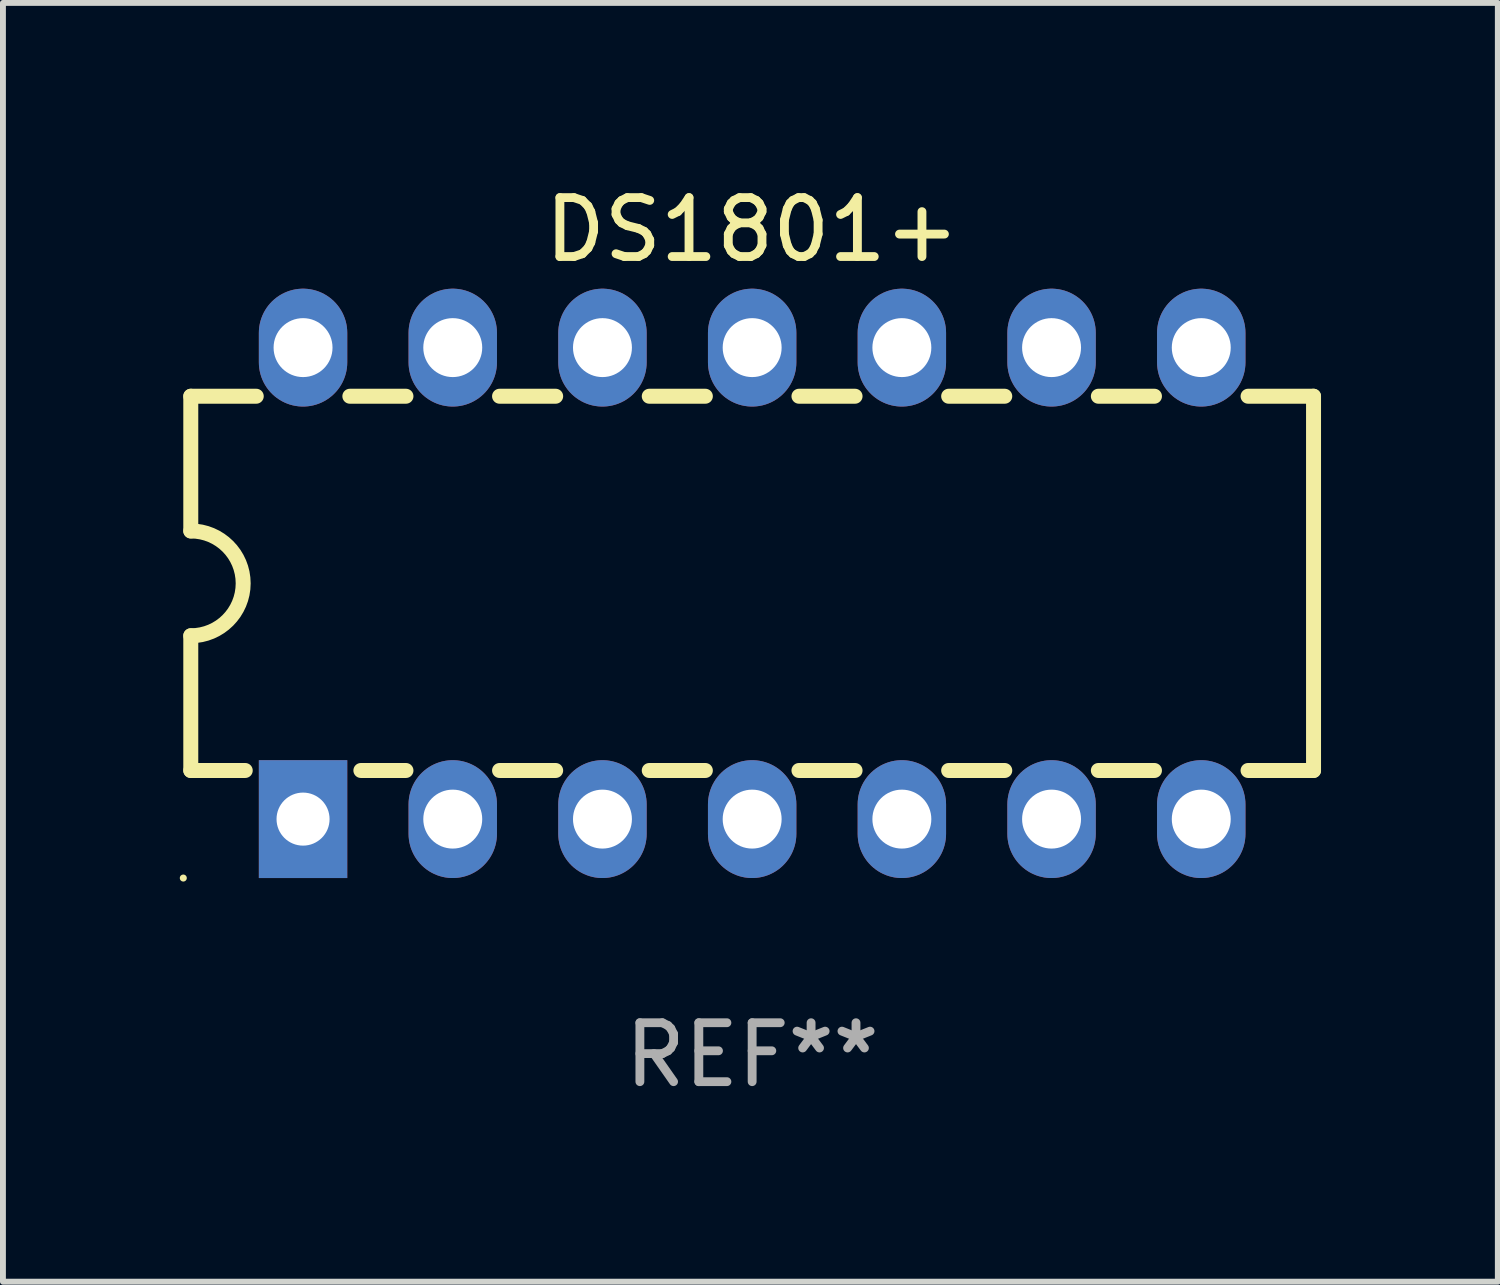
<source format=kicad_pcb>
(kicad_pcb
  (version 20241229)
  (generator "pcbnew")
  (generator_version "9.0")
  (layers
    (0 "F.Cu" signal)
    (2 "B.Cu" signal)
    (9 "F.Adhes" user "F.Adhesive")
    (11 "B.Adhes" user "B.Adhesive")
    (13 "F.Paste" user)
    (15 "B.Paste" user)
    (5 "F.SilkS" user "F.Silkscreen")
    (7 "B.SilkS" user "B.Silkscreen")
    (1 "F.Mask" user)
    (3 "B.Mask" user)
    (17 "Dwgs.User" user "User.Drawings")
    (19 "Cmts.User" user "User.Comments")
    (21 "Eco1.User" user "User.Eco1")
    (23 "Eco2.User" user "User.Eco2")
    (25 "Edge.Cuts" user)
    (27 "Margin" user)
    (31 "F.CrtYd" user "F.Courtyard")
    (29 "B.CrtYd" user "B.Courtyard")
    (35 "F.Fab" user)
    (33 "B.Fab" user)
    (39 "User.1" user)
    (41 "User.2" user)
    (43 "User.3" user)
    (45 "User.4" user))
  (footprint "DS1801+"
    (layer "F.Cu")
    (at 9.712 6.848)
    (property "Reference" "DS1801+" (at 0 -6 0) (layer "F.SilkS") (effects (font (size 1 1) (thickness 0.15))))
    (attr through_hole)
    (fp_line (start -9.525 -3.175) (end -9.525 -0.889) (stroke (width 0.254) (type solid)) (layer "F.SilkS"))
    (fp_line (start -9.525 -3.175) (end -8.414 -3.175) (stroke (width 0.254) (type solid)) (layer "F.SilkS"))
    (fp_line (start -9.525 3.175) (end -9.525 0.889) (stroke (width 0.254) (type solid)) (layer "F.SilkS"))
    (fp_line (start -8.601 3.175) (end -9.525 3.175) (stroke (width 0.254) (type solid)) (layer "F.SilkS"))
    (fp_line (start -6.826 -3.175) (end -5.874 -3.175) (stroke (width 0.254) (type solid)) (layer "F.SilkS"))
    (fp_line (start -5.874 3.175) (end -6.639 3.175) (stroke (width 0.254) (type solid)) (layer "F.SilkS"))
    (fp_line (start -4.286 -3.175) (end -3.334 -3.175) (stroke (width 0.254) (type solid)) (layer "F.SilkS"))
    (fp_line (start -3.334 3.175) (end -4.286 3.175) (stroke (width 0.254) (type solid)) (layer "F.SilkS"))
    (fp_line (start -1.746 -3.175) (end -0.794 -3.175) (stroke (width 0.254) (type solid)) (layer "F.SilkS"))
    (fp_line (start -0.794 3.175) (end -1.746 3.175) (stroke (width 0.254) (type solid)) (layer "F.SilkS"))
    (fp_line (start 0.794 -3.175) (end 1.746 -3.175) (stroke (width 0.254) (type solid)) (layer "F.SilkS"))
    (fp_line (start 1.746 3.175) (end 0.794 3.175) (stroke (width 0.254) (type solid)) (layer "F.SilkS"))
    (fp_line (start 3.334 -3.175) (end 4.286 -3.175) (stroke (width 0.254) (type solid)) (layer "F.SilkS"))
    (fp_line (start 4.286 3.175) (end 3.334 3.175) (stroke (width 0.254) (type solid)) (layer "F.SilkS"))
    (fp_line (start 5.874 -3.175) (end 6.826 -3.175) (stroke (width 0.254) (type solid)) (layer "F.SilkS"))
    (fp_line (start 6.826 3.175) (end 5.874 3.175) (stroke (width 0.254) (type solid)) (layer "F.SilkS"))
    (fp_line (start 8.414 -3.175) (end 9.525 -3.175) (stroke (width 0.254) (type solid)) (layer "F.SilkS"))
    (fp_line (start 9.525 -3.175) (end 9.525 3.175) (stroke (width 0.254) (type solid)) (layer "F.SilkS"))
    (fp_line (start 9.525 3.175) (end 8.414 3.175) (stroke (width 0.254) (type solid)) (layer "F.SilkS"))
    (fp_arc (start -9.525019 -0.889002) (mid -8.636017 0) (end -9.525019 0.889002) (stroke (width 0.254001) (type solid)) (layer "F.SilkS"))
    (fp_circle (center -9.652 5) (end -9.622 5) (stroke (width 0.06) (type solid)) (fill no) (layer "F.SilkS"))
    (fp_text user "REF**" (at 0 8 0) (layer "F.Fab") (effects (font (size 1 1) (thickness 0.15))))
    (pad "1" thru_hole rect (at -7.62 4 90) (size 2 1.5) (drill 0.9) (layers "*.Cu" "*.Mask"))
    (pad "2" thru_hole oval (at -5.08 4 90) (size 2 1.5) (drill 1) (layers "*.Cu" "*.Mask"))
    (pad "3" thru_hole oval (at -2.54 4 90) (size 2 1.5) (drill 1) (layers "*.Cu" "*.Mask"))
    (pad "4" thru_hole oval (at 0 4 90) (size 2 1.5) (drill 1) (layers "*.Cu" "*.Mask"))
    (pad "5" thru_hole oval (at 2.54 4 90) (size 2 1.5) (drill 1) (layers "*.Cu" "*.Mask"))
    (pad "6" thru_hole oval (at 5.08 4 90) (size 2 1.5) (drill 1) (layers "*.Cu" "*.Mask"))
    (pad "7" thru_hole oval (at 7.62 4 90) (size 2 1.5) (drill 1) (layers "*.Cu" "*.Mask"))
    (pad "8" thru_hole oval (at 7.62 -4 90) (size 2 1.5) (drill 1) (layers "*.Cu" "*.Mask"))
    (pad "9" thru_hole oval (at 5.08 -4 90) (size 2 1.5) (drill 1) (layers "*.Cu" "*.Mask"))
    (pad "10" thru_hole oval (at 2.54 -4 90) (size 2 1.5) (drill 1) (layers "*.Cu" "*.Mask"))
    (pad "11" thru_hole oval (at 0 -4 90) (size 2 1.5) (drill 1) (layers "*.Cu" "*.Mask"))
    (pad "12" thru_hole oval (at -2.54 -4 90) (size 2 1.5) (drill 1) (layers "*.Cu" "*.Mask"))
    (pad "13" thru_hole oval (at -5.08 -4 90) (size 2 1.5) (drill 1) (layers "*.Cu" "*.Mask"))
    (pad "14" thru_hole oval (at -7.62 -4 90) (size 2 1.5) (drill 1) (layers "*.Cu" "*.Mask")))
  (gr_rect
    (start -3 -3)
    (end 22.364 18.697)
    (stroke (width 0.1) (type default))
    (fill no)
    (layer "Edge.Cuts")))
</source>
